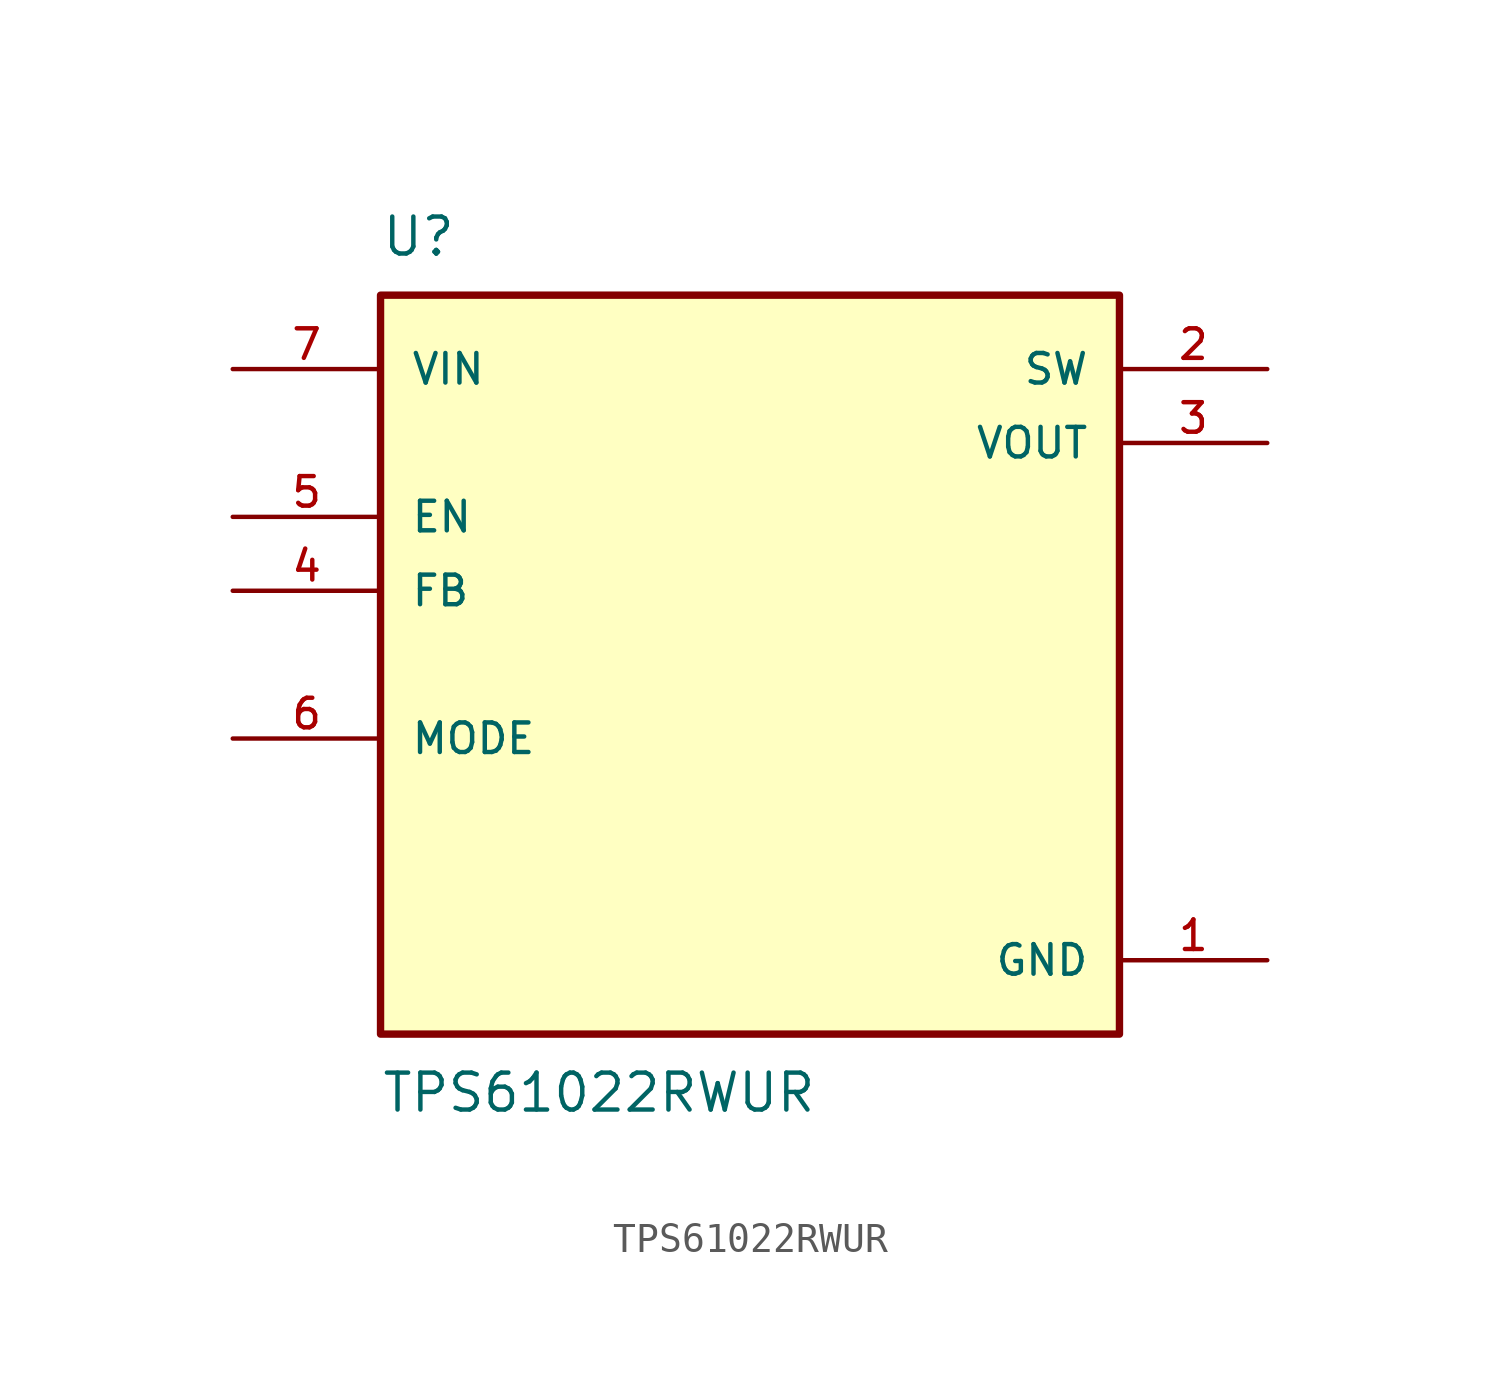
<source format=kicad_sym>
(kicad_symbol_lib
  (version 20211014)
  (generator kicad_symbol_editor)
  (symbol "TPS61022RWUR"
    (pin_names
      (offset 1.016))
    (property "Reference" "U"
      (at -12.7 13.97 0)
      (effects (font (size 1.27 1.27)) (justify bottom left)))
    (property "Value" "TPS61022RWUR"
      (at -12.7 -13.97 0)
      (effects (font (size 1.27 1.27)) (justify top left)))
    (symbol "TPS61022RWUR_0_0"
      (rectangle (start -12.7 -12.7) (end 12.7 12.7) (stroke (width 0.254)) (fill (type background)))
      (pin power_in line (at 17.78 -10.16 180.0) (length 5.08) (name "GND" (effects (font (size 1.016 1.016)))) (number "1" (effects (font (size 1.016 1.016)))))
      (pin output line (at 17.78 10.16 180.0) (length 5.08) (name "SW" (effects (font (size 1.016 1.016)))) (number "2" (effects (font (size 1.016 1.016)))))
      (pin output line (at 17.78 7.62 180.0) (length 5.08) (name "VOUT" (effects (font (size 1.016 1.016)))) (number "3" (effects (font (size 1.016 1.016)))))
      (pin input line (at -17.78 2.54 0) (length 5.08) (name "FB" (effects (font (size 1.016 1.016)))) (number "4" (effects (font (size 1.016 1.016)))))
      (pin input line (at -17.78 5.08 0) (length 5.08) (name "EN" (effects (font (size 1.016 1.016)))) (number "5" (effects (font (size 1.016 1.016)))))
      (pin input line (at -17.78 -2.54 0) (length 5.08) (name "MODE" (effects (font (size 1.016 1.016)))) (number "6" (effects (font (size 1.016 1.016)))))
      (pin input line (at -17.78 10.16 0) (length 5.08) (name "VIN" (effects (font (size 1.016 1.016)))) (number "7" (effects (font (size 1.016 1.016))))))))
</source>
